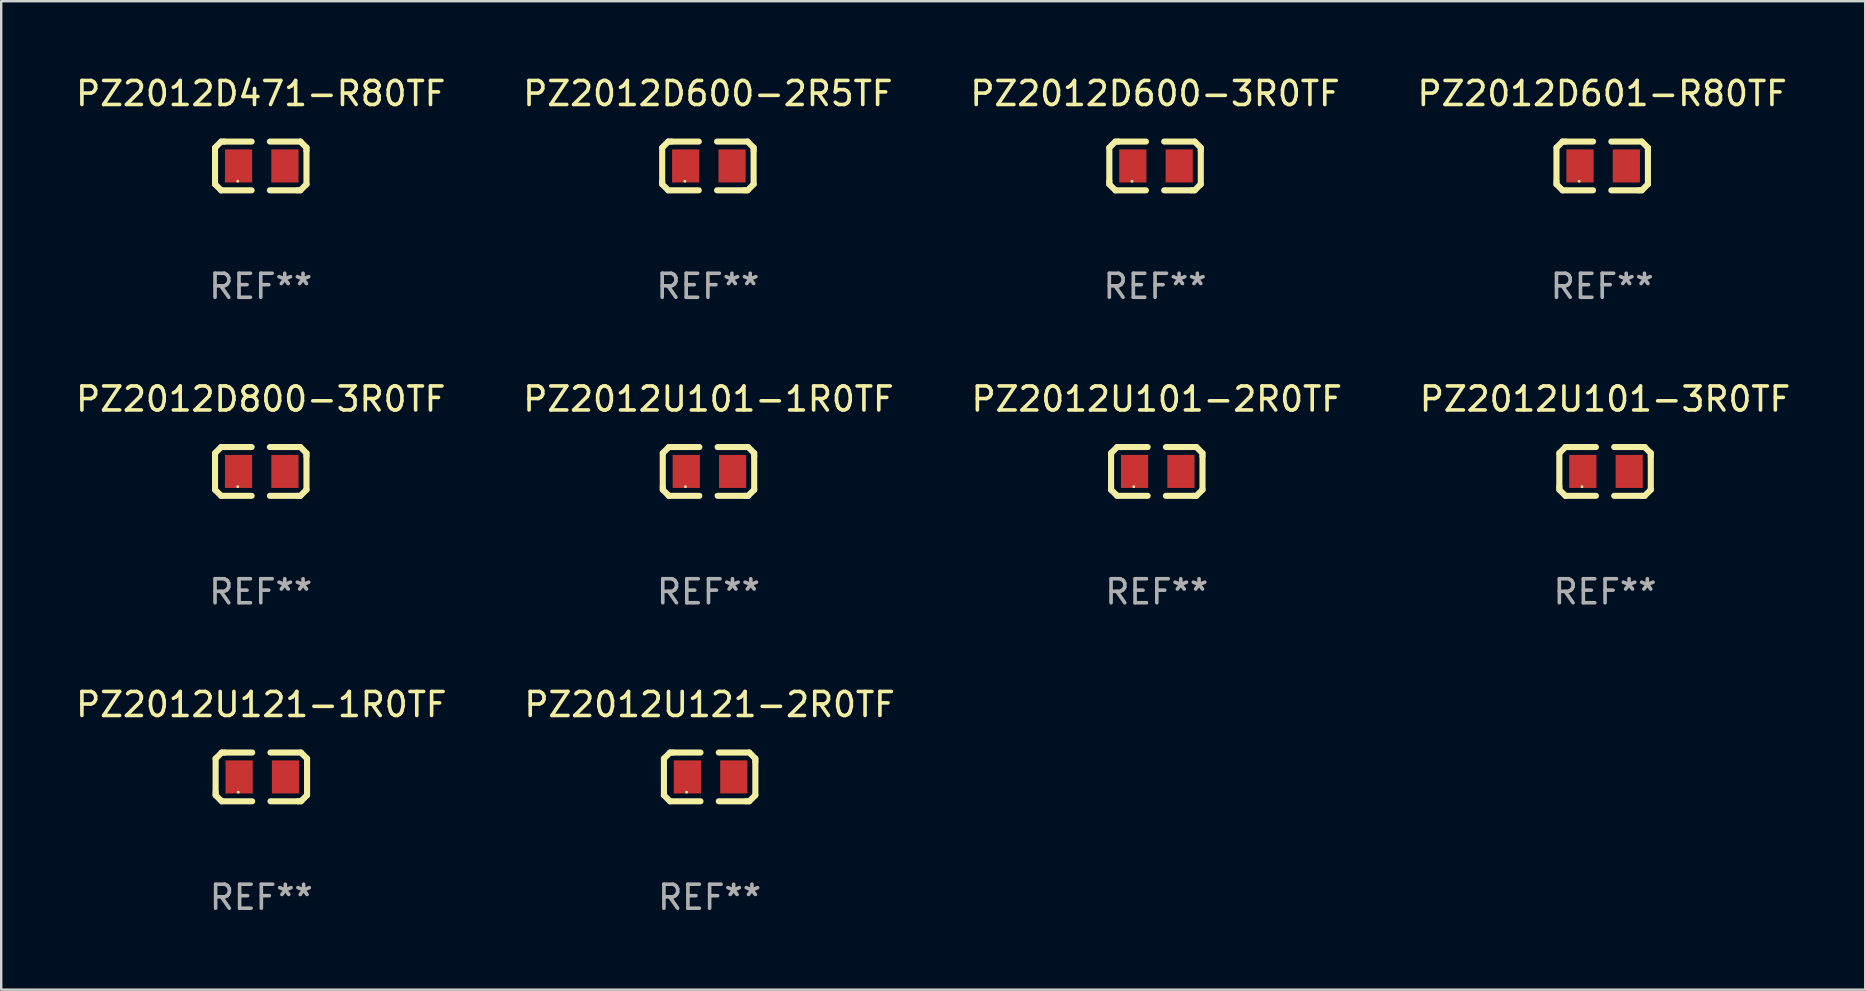
<source format=kicad_pcb>
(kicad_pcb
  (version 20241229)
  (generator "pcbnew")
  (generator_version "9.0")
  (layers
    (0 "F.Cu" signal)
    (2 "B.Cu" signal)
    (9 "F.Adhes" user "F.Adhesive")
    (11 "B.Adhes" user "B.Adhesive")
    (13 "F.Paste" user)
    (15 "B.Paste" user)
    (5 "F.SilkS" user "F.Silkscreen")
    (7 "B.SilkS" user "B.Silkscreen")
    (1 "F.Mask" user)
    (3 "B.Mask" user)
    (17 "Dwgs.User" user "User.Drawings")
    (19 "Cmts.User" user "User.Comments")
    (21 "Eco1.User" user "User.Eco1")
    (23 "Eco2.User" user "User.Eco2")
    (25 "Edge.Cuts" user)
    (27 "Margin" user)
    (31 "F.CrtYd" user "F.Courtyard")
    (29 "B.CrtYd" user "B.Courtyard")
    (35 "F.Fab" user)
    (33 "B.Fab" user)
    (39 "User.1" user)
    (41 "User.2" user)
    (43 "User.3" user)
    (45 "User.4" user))
  (footprint "PZ2012U101-2R0TF"
    (layer "F.Cu")
    (at 45.149 16.593)
    (property "Reference" "PZ2012U101-2R0TF" (at 0 -3.016 0) (layer "F.SilkS") (effects (font (size 1 1) (thickness 0.15))))
    (attr through_hole)
    (fp_line (start -1.905 -0.762) (end -1.905 0.635) (stroke (width 0.254) (type solid)) (layer "F.SilkS"))
    (fp_line (start -1.905 0.635) (end -1.905 0.762) (stroke (width 0.254) (type solid)) (layer "F.SilkS"))
    (fp_line (start -1.905 0.762) (end -1.651 1.016) (stroke (width 0.254) (type solid)) (layer "F.SilkS"))
    (fp_line (start -1.651 -1.016) (end -1.905 -0.762) (stroke (width 0.254) (type solid)) (layer "F.SilkS"))
    (fp_line (start -1.651 1.016) (end -0.381 1.016) (stroke (width 0.254) (type solid)) (layer "F.SilkS"))
    (fp_line (start -1.524 -1.016) (end -1.651 -1.016) (stroke (width 0.254) (type solid)) (layer "F.SilkS"))
    (fp_line (start -0.381 -1.016) (end -1.524 -1.016) (stroke (width 0.254) (type solid)) (layer "F.SilkS"))
    (fp_line (start 0.381 1.016) (end 1.524 1.016) (stroke (width 0.254) (type solid)) (layer "F.SilkS"))
    (fp_line (start 1.524 1.016) (end 1.651 1.016) (stroke (width 0.254) (type solid)) (layer "F.SilkS"))
    (fp_line (start 1.651 -1.016) (end 0.381 -1.016) (stroke (width 0.254) (type solid)) (layer "F.SilkS"))
    (fp_line (start 1.651 1.016) (end 1.905 0.762) (stroke (width 0.254) (type solid)) (layer "F.SilkS"))
    (fp_line (start 1.905 -0.762) (end 1.651 -1.016) (stroke (width 0.254) (type solid)) (layer "F.SilkS"))
    (fp_line (start 1.905 -0.635) (end 1.905 -0.762) (stroke (width 0.254) (type solid)) (layer "F.SilkS"))
    (fp_line (start 1.905 0.762) (end 1.905 -0.635) (stroke (width 0.254) (type solid)) (layer "F.SilkS"))
    (fp_circle (center -0.96 0.637) (end -0.93 0.637) (stroke (width 0.06) (type solid)) (fill no) (layer "F.SilkS"))
    (fp_text user "REF**" (at 0 5.016 0) (layer "F.Fab") (effects (font (size 1 1) (thickness 0.15))))
    (pad "1" smd rect (at -0.926 -0.000051) (size 1.133 1.377) (layers "F.Cu" "F.Mask" "F.Paste"))
    (pad "2" smd rect (at 1.006 -0.000051) (size 1.133 1.377) (layers "F.Cu" "F.Mask" "F.Paste")))
  (footprint "PZ2012U121-1R0TF"
    (layer "F.Cu")
    (at 7.839 29.321)
    (property "Reference" "PZ2012U121-1R0TF" (at 0 -3.016 0) (layer "F.SilkS") (effects (font (size 1 1) (thickness 0.15))))
    (attr through_hole)
    (fp_line (start -1.905 -0.762) (end -1.905 0.635) (stroke (width 0.254) (type solid)) (layer "F.SilkS"))
    (fp_line (start -1.905 0.635) (end -1.905 0.762) (stroke (width 0.254) (type solid)) (layer "F.SilkS"))
    (fp_line (start -1.905 0.762) (end -1.651 1.016) (stroke (width 0.254) (type solid)) (layer "F.SilkS"))
    (fp_line (start -1.651 -1.016) (end -1.905 -0.762) (stroke (width 0.254) (type solid)) (layer "F.SilkS"))
    (fp_line (start -1.651 1.016) (end -0.381 1.016) (stroke (width 0.254) (type solid)) (layer "F.SilkS"))
    (fp_line (start -1.524 -1.016) (end -1.651 -1.016) (stroke (width 0.254) (type solid)) (layer "F.SilkS"))
    (fp_line (start -0.381 -1.016) (end -1.524 -1.016) (stroke (width 0.254) (type solid)) (layer "F.SilkS"))
    (fp_line (start 0.381 1.016) (end 1.524 1.016) (stroke (width 0.254) (type solid)) (layer "F.SilkS"))
    (fp_line (start 1.524 1.016) (end 1.651 1.016) (stroke (width 0.254) (type solid)) (layer "F.SilkS"))
    (fp_line (start 1.651 -1.016) (end 0.381 -1.016) (stroke (width 0.254) (type solid)) (layer "F.SilkS"))
    (fp_line (start 1.651 1.016) (end 1.905 0.762) (stroke (width 0.254) (type solid)) (layer "F.SilkS"))
    (fp_line (start 1.905 -0.762) (end 1.651 -1.016) (stroke (width 0.254) (type solid)) (layer "F.SilkS"))
    (fp_line (start 1.905 -0.635) (end 1.905 -0.762) (stroke (width 0.254) (type solid)) (layer "F.SilkS"))
    (fp_line (start 1.905 0.762) (end 1.905 -0.635) (stroke (width 0.254) (type solid)) (layer "F.SilkS"))
    (fp_circle (center -0.96 0.637) (end -0.93 0.637) (stroke (width 0.06) (type solid)) (fill no) (layer "F.SilkS"))
    (fp_text user "REF**" (at 0 5.016 0) (layer "F.Fab") (effects (font (size 1 1) (thickness 0.15))))
    (pad "1" smd rect (at -0.926 -0.000051) (size 1.133 1.377) (layers "F.Cu" "F.Mask" "F.Paste"))
    (pad "2" smd rect (at 1.006 -0.000051) (size 1.133 1.377) (layers "F.Cu" "F.Mask" "F.Paste")))
  (footprint "PZ2012U101-3R0TF"
    (layer "F.Cu")
    (at 63.827 16.593)
    (property "Reference" "PZ2012U101-3R0TF" (at 0 -3.016 0) (layer "F.SilkS") (effects (font (size 1 1) (thickness 0.15))))
    (attr through_hole)
    (fp_line (start -1.905 -0.762) (end -1.905 0.635) (stroke (width 0.254) (type solid)) (layer "F.SilkS"))
    (fp_line (start -1.905 0.635) (end -1.905 0.762) (stroke (width 0.254) (type solid)) (layer "F.SilkS"))
    (fp_line (start -1.905 0.762) (end -1.651 1.016) (stroke (width 0.254) (type solid)) (layer "F.SilkS"))
    (fp_line (start -1.651 -1.016) (end -1.905 -0.762) (stroke (width 0.254) (type solid)) (layer "F.SilkS"))
    (fp_line (start -1.651 1.016) (end -0.381 1.016) (stroke (width 0.254) (type solid)) (layer "F.SilkS"))
    (fp_line (start -1.524 -1.016) (end -1.651 -1.016) (stroke (width 0.254) (type solid)) (layer "F.SilkS"))
    (fp_line (start -0.381 -1.016) (end -1.524 -1.016) (stroke (width 0.254) (type solid)) (layer "F.SilkS"))
    (fp_line (start 0.381 1.016) (end 1.524 1.016) (stroke (width 0.254) (type solid)) (layer "F.SilkS"))
    (fp_line (start 1.524 1.016) (end 1.651 1.016) (stroke (width 0.254) (type solid)) (layer "F.SilkS"))
    (fp_line (start 1.651 -1.016) (end 0.381 -1.016) (stroke (width 0.254) (type solid)) (layer "F.SilkS"))
    (fp_line (start 1.651 1.016) (end 1.905 0.762) (stroke (width 0.254) (type solid)) (layer "F.SilkS"))
    (fp_line (start 1.905 -0.762) (end 1.651 -1.016) (stroke (width 0.254) (type solid)) (layer "F.SilkS"))
    (fp_line (start 1.905 -0.635) (end 1.905 -0.762) (stroke (width 0.254) (type solid)) (layer "F.SilkS"))
    (fp_line (start 1.905 0.762) (end 1.905 -0.635) (stroke (width 0.254) (type solid)) (layer "F.SilkS"))
    (fp_circle (center -0.96 0.637) (end -0.93 0.637) (stroke (width 0.06) (type solid)) (fill no) (layer "F.SilkS"))
    (fp_text user "REF**" (at 0 5.016 0) (layer "F.Fab") (effects (font (size 1 1) (thickness 0.15))))
    (pad "1" smd rect (at -0.926 -0.000051) (size 1.133 1.377) (layers "F.Cu" "F.Mask" "F.Paste"))
    (pad "2" smd rect (at 1.006 -0.000051) (size 1.133 1.377) (layers "F.Cu" "F.Mask" "F.Paste")))
  (footprint "PZ2012D471-R80TF"
    (layer "F.Cu")
    (at 7.815 3.864)
    (property "Reference" "PZ2012D471-R80TF" (at 0 -3.016 0) (layer "F.SilkS") (effects (font (size 1 1) (thickness 0.15))))
    (attr through_hole)
    (fp_line (start -1.905 -0.762) (end -1.905 0.635) (stroke (width 0.254) (type solid)) (layer "F.SilkS"))
    (fp_line (start -1.905 0.635) (end -1.905 0.762) (stroke (width 0.254) (type solid)) (layer "F.SilkS"))
    (fp_line (start -1.905 0.762) (end -1.651 1.016) (stroke (width 0.254) (type solid)) (layer "F.SilkS"))
    (fp_line (start -1.651 -1.016) (end -1.905 -0.762) (stroke (width 0.254) (type solid)) (layer "F.SilkS"))
    (fp_line (start -1.651 1.016) (end -0.381 1.016) (stroke (width 0.254) (type solid)) (layer "F.SilkS"))
    (fp_line (start -1.524 -1.016) (end -1.651 -1.016) (stroke (width 0.254) (type solid)) (layer "F.SilkS"))
    (fp_line (start -0.381 -1.016) (end -1.524 -1.016) (stroke (width 0.254) (type solid)) (layer "F.SilkS"))
    (fp_line (start 0.381 1.016) (end 1.524 1.016) (stroke (width 0.254) (type solid)) (layer "F.SilkS"))
    (fp_line (start 1.524 1.016) (end 1.651 1.016) (stroke (width 0.254) (type solid)) (layer "F.SilkS"))
    (fp_line (start 1.651 -1.016) (end 0.381 -1.016) (stroke (width 0.254) (type solid)) (layer "F.SilkS"))
    (fp_line (start 1.651 1.016) (end 1.905 0.762) (stroke (width 0.254) (type solid)) (layer "F.SilkS"))
    (fp_line (start 1.905 -0.762) (end 1.651 -1.016) (stroke (width 0.254) (type solid)) (layer "F.SilkS"))
    (fp_line (start 1.905 -0.635) (end 1.905 -0.762) (stroke (width 0.254) (type solid)) (layer "F.SilkS"))
    (fp_line (start 1.905 0.762) (end 1.905 -0.635) (stroke (width 0.254) (type solid)) (layer "F.SilkS"))
    (fp_circle (center -0.96 0.637) (end -0.93 0.637) (stroke (width 0.06) (type solid)) (fill no) (layer "F.SilkS"))
    (fp_text user "REF**" (at 0 5.016 0) (layer "F.Fab") (effects (font (size 1 1) (thickness 0.15))))
    (pad "1" smd rect (at -0.926 -0.000051) (size 1.133 1.377) (layers "F.Cu" "F.Mask" "F.Paste"))
    (pad "2" smd rect (at 1.006 -0.000051) (size 1.133 1.377) (layers "F.Cu" "F.Mask" "F.Paste")))
  (footprint "PZ2012U121-2R0TF"
    (layer "F.Cu")
    (at 26.518 29.321)
    (property "Reference" "PZ2012U121-2R0TF" (at 0 -3.016 0) (layer "F.SilkS") (effects (font (size 1 1) (thickness 0.15))))
    (attr through_hole)
    (fp_line (start -1.905 -0.762) (end -1.905 0.635) (stroke (width 0.254) (type solid)) (layer "F.SilkS"))
    (fp_line (start -1.905 0.635) (end -1.905 0.762) (stroke (width 0.254) (type solid)) (layer "F.SilkS"))
    (fp_line (start -1.905 0.762) (end -1.651 1.016) (stroke (width 0.254) (type solid)) (layer "F.SilkS"))
    (fp_line (start -1.651 -1.016) (end -1.905 -0.762) (stroke (width 0.254) (type solid)) (layer "F.SilkS"))
    (fp_line (start -1.651 1.016) (end -0.381 1.016) (stroke (width 0.254) (type solid)) (layer "F.SilkS"))
    (fp_line (start -1.524 -1.016) (end -1.651 -1.016) (stroke (width 0.254) (type solid)) (layer "F.SilkS"))
    (fp_line (start -0.381 -1.016) (end -1.524 -1.016) (stroke (width 0.254) (type solid)) (layer "F.SilkS"))
    (fp_line (start 0.381 1.016) (end 1.524 1.016) (stroke (width 0.254) (type solid)) (layer "F.SilkS"))
    (fp_line (start 1.524 1.016) (end 1.651 1.016) (stroke (width 0.254) (type solid)) (layer "F.SilkS"))
    (fp_line (start 1.651 -1.016) (end 0.381 -1.016) (stroke (width 0.254) (type solid)) (layer "F.SilkS"))
    (fp_line (start 1.651 1.016) (end 1.905 0.762) (stroke (width 0.254) (type solid)) (layer "F.SilkS"))
    (fp_line (start 1.905 -0.762) (end 1.651 -1.016) (stroke (width 0.254) (type solid)) (layer "F.SilkS"))
    (fp_line (start 1.905 -0.635) (end 1.905 -0.762) (stroke (width 0.254) (type solid)) (layer "F.SilkS"))
    (fp_line (start 1.905 0.762) (end 1.905 -0.635) (stroke (width 0.254) (type solid)) (layer "F.SilkS"))
    (fp_circle (center -0.96 0.637) (end -0.93 0.637) (stroke (width 0.06) (type solid)) (fill no) (layer "F.SilkS"))
    (fp_text user "REF**" (at 0 5.016 0) (layer "F.Fab") (effects (font (size 1 1) (thickness 0.15))))
    (pad "1" smd rect (at -0.926 -0.000051) (size 1.133 1.377) (layers "F.Cu" "F.Mask" "F.Paste"))
    (pad "2" smd rect (at 1.006 -0.000051) (size 1.133 1.377) (layers "F.Cu" "F.Mask" "F.Paste")))
  (footprint "PZ2012D600-3R0TF"
    (layer "F.Cu")
    (at 45.077 3.864)
    (property "Reference" "PZ2012D600-3R0TF" (at 0 -3.016 0) (layer "F.SilkS") (effects (font (size 1 1) (thickness 0.15))))
    (attr through_hole)
    (fp_line (start -1.905 -0.762) (end -1.905 0.635) (stroke (width 0.254) (type solid)) (layer "F.SilkS"))
    (fp_line (start -1.905 0.635) (end -1.905 0.762) (stroke (width 0.254) (type solid)) (layer "F.SilkS"))
    (fp_line (start -1.905 0.762) (end -1.651 1.016) (stroke (width 0.254) (type solid)) (layer "F.SilkS"))
    (fp_line (start -1.651 -1.016) (end -1.905 -0.762) (stroke (width 0.254) (type solid)) (layer "F.SilkS"))
    (fp_line (start -1.651 1.016) (end -0.381 1.016) (stroke (width 0.254) (type solid)) (layer "F.SilkS"))
    (fp_line (start -1.524 -1.016) (end -1.651 -1.016) (stroke (width 0.254) (type solid)) (layer "F.SilkS"))
    (fp_line (start -0.381 -1.016) (end -1.524 -1.016) (stroke (width 0.254) (type solid)) (layer "F.SilkS"))
    (fp_line (start 0.381 1.016) (end 1.524 1.016) (stroke (width 0.254) (type solid)) (layer "F.SilkS"))
    (fp_line (start 1.524 1.016) (end 1.651 1.016) (stroke (width 0.254) (type solid)) (layer "F.SilkS"))
    (fp_line (start 1.651 -1.016) (end 0.381 -1.016) (stroke (width 0.254) (type solid)) (layer "F.SilkS"))
    (fp_line (start 1.651 1.016) (end 1.905 0.762) (stroke (width 0.254) (type solid)) (layer "F.SilkS"))
    (fp_line (start 1.905 -0.762) (end 1.651 -1.016) (stroke (width 0.254) (type solid)) (layer "F.SilkS"))
    (fp_line (start 1.905 -0.635) (end 1.905 -0.762) (stroke (width 0.254) (type solid)) (layer "F.SilkS"))
    (fp_line (start 1.905 0.762) (end 1.905 -0.635) (stroke (width 0.254) (type solid)) (layer "F.SilkS"))
    (fp_circle (center -0.96 0.637) (end -0.93 0.637) (stroke (width 0.06) (type solid)) (fill no) (layer "F.SilkS"))
    (fp_text user "REF**" (at 0 5.016 0) (layer "F.Fab") (effects (font (size 1 1) (thickness 0.15))))
    (pad "1" smd rect (at -0.926 -0.000051) (size 1.133 1.377) (layers "F.Cu" "F.Mask" "F.Paste"))
    (pad "2" smd rect (at 1.006 -0.000051) (size 1.133 1.377) (layers "F.Cu" "F.Mask" "F.Paste")))
  (footprint "PZ2012U101-1R0TF"
    (layer "F.Cu")
    (at 26.47 16.593)
    (property "Reference" "PZ2012U101-1R0TF" (at 0 -3.016 0) (layer "F.SilkS") (effects (font (size 1 1) (thickness 0.15))))
    (attr through_hole)
    (fp_line (start -1.905 -0.762) (end -1.905 0.635) (stroke (width 0.254) (type solid)) (layer "F.SilkS"))
    (fp_line (start -1.905 0.635) (end -1.905 0.762) (stroke (width 0.254) (type solid)) (layer "F.SilkS"))
    (fp_line (start -1.905 0.762) (end -1.651 1.016) (stroke (width 0.254) (type solid)) (layer "F.SilkS"))
    (fp_line (start -1.651 -1.016) (end -1.905 -0.762) (stroke (width 0.254) (type solid)) (layer "F.SilkS"))
    (fp_line (start -1.651 1.016) (end -0.381 1.016) (stroke (width 0.254) (type solid)) (layer "F.SilkS"))
    (fp_line (start -1.524 -1.016) (end -1.651 -1.016) (stroke (width 0.254) (type solid)) (layer "F.SilkS"))
    (fp_line (start -0.381 -1.016) (end -1.524 -1.016) (stroke (width 0.254) (type solid)) (layer "F.SilkS"))
    (fp_line (start 0.381 1.016) (end 1.524 1.016) (stroke (width 0.254) (type solid)) (layer "F.SilkS"))
    (fp_line (start 1.524 1.016) (end 1.651 1.016) (stroke (width 0.254) (type solid)) (layer "F.SilkS"))
    (fp_line (start 1.651 -1.016) (end 0.381 -1.016) (stroke (width 0.254) (type solid)) (layer "F.SilkS"))
    (fp_line (start 1.651 1.016) (end 1.905 0.762) (stroke (width 0.254) (type solid)) (layer "F.SilkS"))
    (fp_line (start 1.905 -0.762) (end 1.651 -1.016) (stroke (width 0.254) (type solid)) (layer "F.SilkS"))
    (fp_line (start 1.905 -0.635) (end 1.905 -0.762) (stroke (width 0.254) (type solid)) (layer "F.SilkS"))
    (fp_line (start 1.905 0.762) (end 1.905 -0.635) (stroke (width 0.254) (type solid)) (layer "F.SilkS"))
    (fp_circle (center -0.96 0.637) (end -0.93 0.637) (stroke (width 0.06) (type solid)) (fill no) (layer "F.SilkS"))
    (fp_text user "REF**" (at 0 5.016 0) (layer "F.Fab") (effects (font (size 1 1) (thickness 0.15))))
    (pad "1" smd rect (at -0.926 -0.000051) (size 1.133 1.377) (layers "F.Cu" "F.Mask" "F.Paste"))
    (pad "2" smd rect (at 1.006 -0.000051) (size 1.133 1.377) (layers "F.Cu" "F.Mask" "F.Paste")))
  (footprint "PZ2012D800-3R0TF"
    (layer "F.Cu")
    (at 7.815 16.593)
    (property "Reference" "PZ2012D800-3R0TF" (at 0 -3.016 0) (layer "F.SilkS") (effects (font (size 1 1) (thickness 0.15))))
    (attr through_hole)
    (fp_line (start -1.905 -0.762) (end -1.905 0.635) (stroke (width 0.254) (type solid)) (layer "F.SilkS"))
    (fp_line (start -1.905 0.635) (end -1.905 0.762) (stroke (width 0.254) (type solid)) (layer "F.SilkS"))
    (fp_line (start -1.905 0.762) (end -1.651 1.016) (stroke (width 0.254) (type solid)) (layer "F.SilkS"))
    (fp_line (start -1.651 -1.016) (end -1.905 -0.762) (stroke (width 0.254) (type solid)) (layer "F.SilkS"))
    (fp_line (start -1.651 1.016) (end -0.381 1.016) (stroke (width 0.254) (type solid)) (layer "F.SilkS"))
    (fp_line (start -1.524 -1.016) (end -1.651 -1.016) (stroke (width 0.254) (type solid)) (layer "F.SilkS"))
    (fp_line (start -0.381 -1.016) (end -1.524 -1.016) (stroke (width 0.254) (type solid)) (layer "F.SilkS"))
    (fp_line (start 0.381 1.016) (end 1.524 1.016) (stroke (width 0.254) (type solid)) (layer "F.SilkS"))
    (fp_line (start 1.524 1.016) (end 1.651 1.016) (stroke (width 0.254) (type solid)) (layer "F.SilkS"))
    (fp_line (start 1.651 -1.016) (end 0.381 -1.016) (stroke (width 0.254) (type solid)) (layer "F.SilkS"))
    (fp_line (start 1.651 1.016) (end 1.905 0.762) (stroke (width 0.254) (type solid)) (layer "F.SilkS"))
    (fp_line (start 1.905 -0.762) (end 1.651 -1.016) (stroke (width 0.254) (type solid)) (layer "F.SilkS"))
    (fp_line (start 1.905 -0.635) (end 1.905 -0.762) (stroke (width 0.254) (type solid)) (layer "F.SilkS"))
    (fp_line (start 1.905 0.762) (end 1.905 -0.635) (stroke (width 0.254) (type solid)) (layer "F.SilkS"))
    (fp_circle (center -0.96 0.637) (end -0.93 0.637) (stroke (width 0.06) (type solid)) (fill no) (layer "F.SilkS"))
    (fp_text user "REF**" (at 0 5.016 0) (layer "F.Fab") (effects (font (size 1 1) (thickness 0.15))))
    (pad "1" smd rect (at -0.926 -0.000051) (size 1.133 1.377) (layers "F.Cu" "F.Mask" "F.Paste"))
    (pad "2" smd rect (at 1.006 -0.000051) (size 1.133 1.377) (layers "F.Cu" "F.Mask" "F.Paste")))
  (footprint "PZ2012D601-R80TF"
    (layer "F.Cu")
    (at 63.708 3.864)
    (property "Reference" "PZ2012D601-R80TF" (at 0 -3.016 0) (layer "F.SilkS") (effects (font (size 1 1) (thickness 0.15))))
    (attr through_hole)
    (fp_line (start -1.905 -0.762) (end -1.905 0.635) (stroke (width 0.254) (type solid)) (layer "F.SilkS"))
    (fp_line (start -1.905 0.635) (end -1.905 0.762) (stroke (width 0.254) (type solid)) (layer "F.SilkS"))
    (fp_line (start -1.905 0.762) (end -1.651 1.016) (stroke (width 0.254) (type solid)) (layer "F.SilkS"))
    (fp_line (start -1.651 -1.016) (end -1.905 -0.762) (stroke (width 0.254) (type solid)) (layer "F.SilkS"))
    (fp_line (start -1.651 1.016) (end -0.381 1.016) (stroke (width 0.254) (type solid)) (layer "F.SilkS"))
    (fp_line (start -1.524 -1.016) (end -1.651 -1.016) (stroke (width 0.254) (type solid)) (layer "F.SilkS"))
    (fp_line (start -0.381 -1.016) (end -1.524 -1.016) (stroke (width 0.254) (type solid)) (layer "F.SilkS"))
    (fp_line (start 0.381 1.016) (end 1.524 1.016) (stroke (width 0.254) (type solid)) (layer "F.SilkS"))
    (fp_line (start 1.524 1.016) (end 1.651 1.016) (stroke (width 0.254) (type solid)) (layer "F.SilkS"))
    (fp_line (start 1.651 -1.016) (end 0.381 -1.016) (stroke (width 0.254) (type solid)) (layer "F.SilkS"))
    (fp_line (start 1.651 1.016) (end 1.905 0.762) (stroke (width 0.254) (type solid)) (layer "F.SilkS"))
    (fp_line (start 1.905 -0.762) (end 1.651 -1.016) (stroke (width 0.254) (type solid)) (layer "F.SilkS"))
    (fp_line (start 1.905 -0.635) (end 1.905 -0.762) (stroke (width 0.254) (type solid)) (layer "F.SilkS"))
    (fp_line (start 1.905 0.762) (end 1.905 -0.635) (stroke (width 0.254) (type solid)) (layer "F.SilkS"))
    (fp_circle (center -0.96 0.637) (end -0.93 0.637) (stroke (width 0.06) (type solid)) (fill no) (layer "F.SilkS"))
    (fp_text user "REF**" (at 0 5.016 0) (layer "F.Fab") (effects (font (size 1 1) (thickness 0.15))))
    (pad "1" smd rect (at -0.926 -0.000051) (size 1.133 1.377) (layers "F.Cu" "F.Mask" "F.Paste"))
    (pad "2" smd rect (at 1.006 -0.000051) (size 1.133 1.377) (layers "F.Cu" "F.Mask" "F.Paste")))
  (footprint "PZ2012D600-2R5TF"
    (layer "F.Cu")
    (at 26.446 3.864)
    (property "Reference" "PZ2012D600-2R5TF" (at 0 -3.016 0) (layer "F.SilkS") (effects (font (size 1 1) (thickness 0.15))))
    (attr through_hole)
    (fp_line (start -1.905 -0.762) (end -1.905 0.635) (stroke (width 0.254) (type solid)) (layer "F.SilkS"))
    (fp_line (start -1.905 0.635) (end -1.905 0.762) (stroke (width 0.254) (type solid)) (layer "F.SilkS"))
    (fp_line (start -1.905 0.762) (end -1.651 1.016) (stroke (width 0.254) (type solid)) (layer "F.SilkS"))
    (fp_line (start -1.651 -1.016) (end -1.905 -0.762) (stroke (width 0.254) (type solid)) (layer "F.SilkS"))
    (fp_line (start -1.651 1.016) (end -0.381 1.016) (stroke (width 0.254) (type solid)) (layer "F.SilkS"))
    (fp_line (start -1.524 -1.016) (end -1.651 -1.016) (stroke (width 0.254) (type solid)) (layer "F.SilkS"))
    (fp_line (start -0.381 -1.016) (end -1.524 -1.016) (stroke (width 0.254) (type solid)) (layer "F.SilkS"))
    (fp_line (start 0.381 1.016) (end 1.524 1.016) (stroke (width 0.254) (type solid)) (layer "F.SilkS"))
    (fp_line (start 1.524 1.016) (end 1.651 1.016) (stroke (width 0.254) (type solid)) (layer "F.SilkS"))
    (fp_line (start 1.651 -1.016) (end 0.381 -1.016) (stroke (width 0.254) (type solid)) (layer "F.SilkS"))
    (fp_line (start 1.651 1.016) (end 1.905 0.762) (stroke (width 0.254) (type solid)) (layer "F.SilkS"))
    (fp_line (start 1.905 -0.762) (end 1.651 -1.016) (stroke (width 0.254) (type solid)) (layer "F.SilkS"))
    (fp_line (start 1.905 -0.635) (end 1.905 -0.762) (stroke (width 0.254) (type solid)) (layer "F.SilkS"))
    (fp_line (start 1.905 0.762) (end 1.905 -0.635) (stroke (width 0.254) (type solid)) (layer "F.SilkS"))
    (fp_circle (center -0.96 0.637) (end -0.93 0.637) (stroke (width 0.06) (type solid)) (fill no) (layer "F.SilkS"))
    (fp_text user "REF**" (at 0 5.016 0) (layer "F.Fab") (effects (font (size 1 1) (thickness 0.15))))
    (pad "1" smd rect (at -0.926 -0.000051) (size 1.133 1.377) (layers "F.Cu" "F.Mask" "F.Paste"))
    (pad "2" smd rect (at 1.006 -0.000051) (size 1.133 1.377) (layers "F.Cu" "F.Mask" "F.Paste")))
  (gr_rect
    (start -3 -3)
    (end 74.667 38.186)
    (stroke (width 0.1) (type default))
    (fill no)
    (layer "Edge.Cuts")))
</source>
